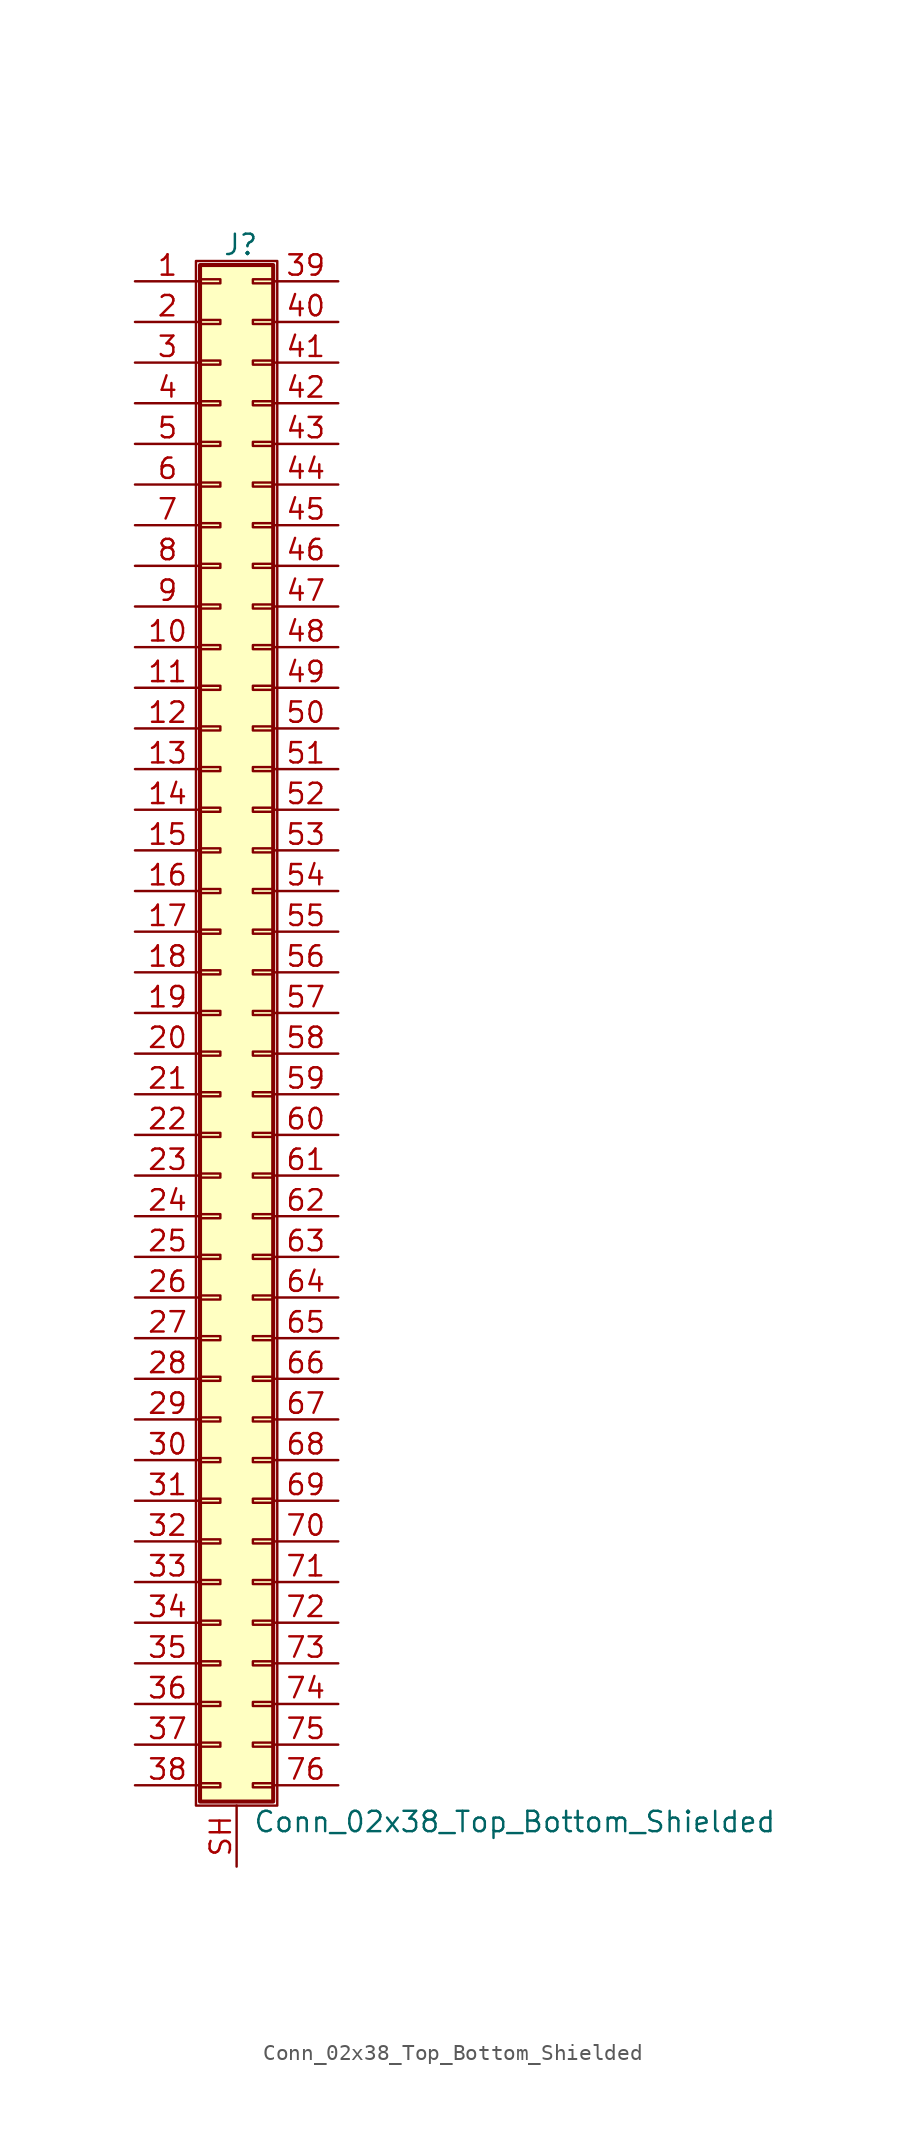
<source format=kicad_sym>
(kicad_symbol_lib
  (version 20201005)
  (generator kicad_symbol_editor)
  (symbol "Conn_02x38_Top_Bottom_Shielded"
    (pin_names
      (offset 1.016) hide)
    (property "Reference" "J"
      (at 1.524 48.006 0)
      (effects (font (size 1.27 1.27))))
    (property "Value" "Conn_02x38_Top_Bottom_Shielded"
      (at 2.286 -50.546 0)
      (effects (font (size 1.27 1.27)) (justify left)))
    (symbol "Conn_02x38_Top_Bottom_Shielded_1_1"
      (rectangle (start -1.27 46.99) (end 3.81 -49.53) (stroke (width 0.152)) (fill (type none)))
      (rectangle (start -1.016 -48.133) (end 0.254 -48.387) (stroke (width 0.152)) (fill (type none)))
      (rectangle (start -1.016 -45.593) (end 0.254 -45.847) (stroke (width 0.152)) (fill (type none)))
      (rectangle (start -1.016 -43.053) (end 0.254 -43.307) (stroke (width 0.152)) (fill (type none)))
      (rectangle (start -1.016 -40.513) (end 0.254 -40.767) (stroke (width 0.152)) (fill (type none)))
      (rectangle (start -1.016 -37.973) (end 0.254 -38.227) (stroke (width 0.152)) (fill (type none)))
      (rectangle (start -1.016 -35.433) (end 0.254 -35.687) (stroke (width 0.152)) (fill (type none)))
      (rectangle (start -1.016 -32.893) (end 0.254 -33.147) (stroke (width 0.152)) (fill (type none)))
      (rectangle (start -1.016 -30.353) (end 0.254 -30.607) (stroke (width 0.152)) (fill (type none)))
      (rectangle (start -1.016 -27.813) (end 0.254 -28.067) (stroke (width 0.152)) (fill (type none)))
      (rectangle (start -1.016 -25.273) (end 0.254 -25.527) (stroke (width 0.152)) (fill (type none)))
      (rectangle (start -1.016 -22.733) (end 0.254 -22.987) (stroke (width 0.152)) (fill (type none)))
      (rectangle (start -1.016 -20.193) (end 0.254 -20.447) (stroke (width 0.152)) (fill (type none)))
      (rectangle (start -1.016 -17.653) (end 0.254 -17.907) (stroke (width 0.152)) (fill (type none)))
      (rectangle (start -1.016 -15.113) (end 0.254 -15.367) (stroke (width 0.152)) (fill (type none)))
      (rectangle (start -1.016 -12.573) (end 0.254 -12.827) (stroke (width 0.152)) (fill (type none)))
      (rectangle (start -1.016 -10.033) (end 0.254 -10.287) (stroke (width 0.152)) (fill (type none)))
      (rectangle (start -1.016 -7.493) (end 0.254 -7.747) (stroke (width 0.152)) (fill (type none)))
      (rectangle (start -1.016 -4.953) (end 0.254 -5.207) (stroke (width 0.152)) (fill (type none)))
      (rectangle (start -1.016 -2.413) (end 0.254 -2.667) (stroke (width 0.152)) (fill (type none)))
      (rectangle (start -1.016 0.127) (end 0.254 -0.127) (stroke (width 0.152)) (fill (type none)))
      (rectangle (start -1.016 2.667) (end 0.254 2.413) (stroke (width 0.152)) (fill (type none)))
      (rectangle (start -1.016 5.207) (end 0.254 4.953) (stroke (width 0.152)) (fill (type none)))
      (rectangle (start -1.016 7.747) (end 0.254 7.493) (stroke (width 0.152)) (fill (type none)))
      (rectangle (start -1.016 10.287) (end 0.254 10.033) (stroke (width 0.152)) (fill (type none)))
      (rectangle (start -1.016 12.827) (end 0.254 12.573) (stroke (width 0.152)) (fill (type none)))
      (rectangle (start -1.016 15.367) (end 0.254 15.113) (stroke (width 0.152)) (fill (type none)))
      (rectangle (start -1.016 17.907) (end 0.254 17.653) (stroke (width 0.152)) (fill (type none)))
      (rectangle (start -1.016 20.447) (end 0.254 20.193) (stroke (width 0.152)) (fill (type none)))
      (rectangle (start -1.016 22.987) (end 0.254 22.733) (stroke (width 0.152)) (fill (type none)))
      (rectangle (start -1.016 25.527) (end 0.254 25.273) (stroke (width 0.152)) (fill (type none)))
      (rectangle (start -1.016 28.067) (end 0.254 27.813) (stroke (width 0.152)) (fill (type none)))
      (rectangle (start -1.016 30.607) (end 0.254 30.353) (stroke (width 0.152)) (fill (type none)))
      (rectangle (start -1.016 33.147) (end 0.254 32.893) (stroke (width 0.152)) (fill (type none)))
      (rectangle (start -1.016 35.687) (end 0.254 35.433) (stroke (width 0.152)) (fill (type none)))
      (rectangle (start -1.016 38.227) (end 0.254 37.973) (stroke (width 0.152)) (fill (type none)))
      (rectangle (start -1.016 40.767) (end 0.254 40.513) (stroke (width 0.152)) (fill (type none)))
      (rectangle (start -1.016 43.307) (end 0.254 43.053) (stroke (width 0.152)) (fill (type none)))
      (rectangle (start -1.016 45.847) (end 0.254 45.593) (stroke (width 0.152)) (fill (type none)))
      (rectangle (start -1.016 46.736) (end 3.556 -49.276) (stroke (width 0.254)) (fill (type background)))
      (rectangle (start 3.556 -48.133) (end 2.286 -48.387) (stroke (width 0.152)) (fill (type none)))
      (rectangle (start 3.556 -45.593) (end 2.286 -45.847) (stroke (width 0.152)) (fill (type none)))
      (rectangle (start 3.556 -43.053) (end 2.286 -43.307) (stroke (width 0.152)) (fill (type none)))
      (rectangle (start 3.556 -40.513) (end 2.286 -40.767) (stroke (width 0.152)) (fill (type none)))
      (rectangle (start 3.556 -37.973) (end 2.286 -38.227) (stroke (width 0.152)) (fill (type none)))
      (rectangle (start 3.556 -35.433) (end 2.286 -35.687) (stroke (width 0.152)) (fill (type none)))
      (rectangle (start 3.556 -32.893) (end 2.286 -33.147) (stroke (width 0.152)) (fill (type none)))
      (rectangle (start 3.556 -30.353) (end 2.286 -30.607) (stroke (width 0.152)) (fill (type none)))
      (rectangle (start 3.556 -27.813) (end 2.286 -28.067) (stroke (width 0.152)) (fill (type none)))
      (rectangle (start 3.556 -25.273) (end 2.286 -25.527) (stroke (width 0.152)) (fill (type none)))
      (rectangle (start 3.556 -22.733) (end 2.286 -22.987) (stroke (width 0.152)) (fill (type none)))
      (rectangle (start 3.556 -20.193) (end 2.286 -20.447) (stroke (width 0.152)) (fill (type none)))
      (rectangle (start 3.556 -17.653) (end 2.286 -17.907) (stroke (width 0.152)) (fill (type none)))
      (rectangle (start 3.556 -15.113) (end 2.286 -15.367) (stroke (width 0.152)) (fill (type none)))
      (rectangle (start 3.556 -12.573) (end 2.286 -12.827) (stroke (width 0.152)) (fill (type none)))
      (rectangle (start 3.556 -10.033) (end 2.286 -10.287) (stroke (width 0.152)) (fill (type none)))
      (rectangle (start 3.556 -7.493) (end 2.286 -7.747) (stroke (width 0.152)) (fill (type none)))
      (rectangle (start 3.556 -4.953) (end 2.286 -5.207) (stroke (width 0.152)) (fill (type none)))
      (rectangle (start 3.556 -2.413) (end 2.286 -2.667) (stroke (width 0.152)) (fill (type none)))
      (rectangle (start 3.556 0.127) (end 2.286 -0.127) (stroke (width 0.152)) (fill (type none)))
      (rectangle (start 3.556 2.667) (end 2.286 2.413) (stroke (width 0.152)) (fill (type none)))
      (rectangle (start 3.556 5.207) (end 2.286 4.953) (stroke (width 0.152)) (fill (type none)))
      (rectangle (start 3.556 7.747) (end 2.286 7.493) (stroke (width 0.152)) (fill (type none)))
      (rectangle (start 3.556 10.287) (end 2.286 10.033) (stroke (width 0.152)) (fill (type none)))
      (rectangle (start 3.556 12.827) (end 2.286 12.573) (stroke (width 0.152)) (fill (type none)))
      (rectangle (start 3.556 15.367) (end 2.286 15.113) (stroke (width 0.152)) (fill (type none)))
      (rectangle (start 3.556 17.907) (end 2.286 17.653) (stroke (width 0.152)) (fill (type none)))
      (rectangle (start 3.556 20.447) (end 2.286 20.193) (stroke (width 0.152)) (fill (type none)))
      (rectangle (start 3.556 22.987) (end 2.286 22.733) (stroke (width 0.152)) (fill (type none)))
      (rectangle (start 3.556 25.527) (end 2.286 25.273) (stroke (width 0.152)) (fill (type none)))
      (rectangle (start 3.556 28.067) (end 2.286 27.813) (stroke (width 0.152)) (fill (type none)))
      (rectangle (start 3.556 30.607) (end 2.286 30.353) (stroke (width 0.152)) (fill (type none)))
      (rectangle (start 3.556 33.147) (end 2.286 32.893) (stroke (width 0.152)) (fill (type none)))
      (rectangle (start 3.556 35.687) (end 2.286 35.433) (stroke (width 0.152)) (fill (type none)))
      (rectangle (start 3.556 38.227) (end 2.286 37.973) (stroke (width 0.152)) (fill (type none)))
      (rectangle (start 3.556 40.767) (end 2.286 40.513) (stroke (width 0.152)) (fill (type none)))
      (rectangle (start 3.556 43.307) (end 2.286 43.053) (stroke (width 0.152)) (fill (type none)))
      (rectangle (start 3.556 45.847) (end 2.286 45.593) (stroke (width 0.152)) (fill (type none)))
      (pin passive line (at -5.08 45.72 0) (length 4.064) (name "Pin_1" (effects (font (size 1.27 1.27)))) (number "1" (effects (font (size 1.27 1.27)))))
      (pin passive line (at -5.08 22.86 0) (length 4.064) (name "Pin_10" (effects (font (size 1.27 1.27)))) (number "10" (effects (font (size 1.27 1.27)))))
      (pin passive line (at -5.08 20.32 0) (length 4.064) (name "Pin_11" (effects (font (size 1.27 1.27)))) (number "11" (effects (font (size 1.27 1.27)))))
      (pin passive line (at -5.08 17.78 0) (length 4.064) (name "Pin_12" (effects (font (size 1.27 1.27)))) (number "12" (effects (font (size 1.27 1.27)))))
      (pin passive line (at -5.08 15.24 0) (length 4.064) (name "Pin_13" (effects (font (size 1.27 1.27)))) (number "13" (effects (font (size 1.27 1.27)))))
      (pin passive line (at -5.08 12.7 0) (length 4.064) (name "Pin_14" (effects (font (size 1.27 1.27)))) (number "14" (effects (font (size 1.27 1.27)))))
      (pin passive line (at -5.08 10.16 0) (length 4.064) (name "Pin_15" (effects (font (size 1.27 1.27)))) (number "15" (effects (font (size 1.27 1.27)))))
      (pin passive line (at -5.08 7.62 0) (length 4.064) (name "Pin_16" (effects (font (size 1.27 1.27)))) (number "16" (effects (font (size 1.27 1.27)))))
      (pin passive line (at -5.08 5.08 0) (length 4.064) (name "Pin_17" (effects (font (size 1.27 1.27)))) (number "17" (effects (font (size 1.27 1.27)))))
      (pin passive line (at -5.08 2.54 0) (length 4.064) (name "Pin_18" (effects (font (size 1.27 1.27)))) (number "18" (effects (font (size 1.27 1.27)))))
      (pin passive line (at -5.08 0 0) (length 4.064) (name "Pin_19" (effects (font (size 1.27 1.27)))) (number "19" (effects (font (size 1.27 1.27)))))
      (pin passive line (at -5.08 43.18 0) (length 4.064) (name "Pin_2" (effects (font (size 1.27 1.27)))) (number "2" (effects (font (size 1.27 1.27)))))
      (pin passive line (at -5.08 -2.54 0) (length 4.064) (name "Pin_20" (effects (font (size 1.27 1.27)))) (number "20" (effects (font (size 1.27 1.27)))))
      (pin passive line (at -5.08 -5.08 0) (length 4.064) (name "Pin_21" (effects (font (size 1.27 1.27)))) (number "21" (effects (font (size 1.27 1.27)))))
      (pin passive line (at -5.08 -7.62 0) (length 4.064) (name "Pin_22" (effects (font (size 1.27 1.27)))) (number "22" (effects (font (size 1.27 1.27)))))
      (pin passive line (at -5.08 -10.16 0) (length 4.064) (name "Pin_23" (effects (font (size 1.27 1.27)))) (number "23" (effects (font (size 1.27 1.27)))))
      (pin passive line (at -5.08 -12.7 0) (length 4.064) (name "Pin_24" (effects (font (size 1.27 1.27)))) (number "24" (effects (font (size 1.27 1.27)))))
      (pin passive line (at -5.08 -15.24 0) (length 4.064) (name "Pin_25" (effects (font (size 1.27 1.27)))) (number "25" (effects (font (size 1.27 1.27)))))
      (pin passive line (at -5.08 -17.78 0) (length 4.064) (name "Pin_26" (effects (font (size 1.27 1.27)))) (number "26" (effects (font (size 1.27 1.27)))))
      (pin passive line (at -5.08 -20.32 0) (length 4.064) (name "Pin_27" (effects (font (size 1.27 1.27)))) (number "27" (effects (font (size 1.27 1.27)))))
      (pin passive line (at -5.08 -22.86 0) (length 4.064) (name "Pin_28" (effects (font (size 1.27 1.27)))) (number "28" (effects (font (size 1.27 1.27)))))
      (pin passive line (at -5.08 -25.4 0) (length 4.064) (name "Pin_29" (effects (font (size 1.27 1.27)))) (number "29" (effects (font (size 1.27 1.27)))))
      (pin passive line (at -5.08 40.64 0) (length 4.064) (name "Pin_3" (effects (font (size 1.27 1.27)))) (number "3" (effects (font (size 1.27 1.27)))))
      (pin passive line (at -5.08 -27.94 0) (length 4.064) (name "Pin_30" (effects (font (size 1.27 1.27)))) (number "30" (effects (font (size 1.27 1.27)))))
      (pin passive line (at -5.08 -30.48 0) (length 4.064) (name "Pin_31" (effects (font (size 1.27 1.27)))) (number "31" (effects (font (size 1.27 1.27)))))
      (pin passive line (at -5.08 -33.02 0) (length 4.064) (name "Pin_32" (effects (font (size 1.27 1.27)))) (number "32" (effects (font (size 1.27 1.27)))))
      (pin passive line (at -5.08 -35.56 0) (length 4.064) (name "Pin_33" (effects (font (size 1.27 1.27)))) (number "33" (effects (font (size 1.27 1.27)))))
      (pin passive line (at -5.08 -38.1 0) (length 4.064) (name "Pin_34" (effects (font (size 1.27 1.27)))) (number "34" (effects (font (size 1.27 1.27)))))
      (pin passive line (at -5.08 -40.64 0) (length 4.064) (name "Pin_35" (effects (font (size 1.27 1.27)))) (number "35" (effects (font (size 1.27 1.27)))))
      (pin passive line (at -5.08 -43.18 0) (length 4.064) (name "Pin_36" (effects (font (size 1.27 1.27)))) (number "36" (effects (font (size 1.27 1.27)))))
      (pin passive line (at -5.08 -45.72 0) (length 4.064) (name "Pin_37" (effects (font (size 1.27 1.27)))) (number "37" (effects (font (size 1.27 1.27)))))
      (pin passive line (at -5.08 -48.26 0) (length 4.064) (name "Pin_38" (effects (font (size 1.27 1.27)))) (number "38" (effects (font (size 1.27 1.27)))))
      (pin passive line (at 7.62 45.72 180) (length 4.064) (name "Pin_39" (effects (font (size 1.27 1.27)))) (number "39" (effects (font (size 1.27 1.27)))))
      (pin passive line (at -5.08 38.1 0) (length 4.064) (name "Pin_4" (effects (font (size 1.27 1.27)))) (number "4" (effects (font (size 1.27 1.27)))))
      (pin passive line (at 7.62 43.18 180) (length 4.064) (name "Pin_40" (effects (font (size 1.27 1.27)))) (number "40" (effects (font (size 1.27 1.27)))))
      (pin passive line (at 7.62 40.64 180) (length 4.064) (name "Pin_41" (effects (font (size 1.27 1.27)))) (number "41" (effects (font (size 1.27 1.27)))))
      (pin passive line (at 7.62 38.1 180) (length 4.064) (name "Pin_42" (effects (font (size 1.27 1.27)))) (number "42" (effects (font (size 1.27 1.27)))))
      (pin passive line (at 7.62 35.56 180) (length 4.064) (name "Pin_43" (effects (font (size 1.27 1.27)))) (number "43" (effects (font (size 1.27 1.27)))))
      (pin passive line (at 7.62 33.02 180) (length 4.064) (name "Pin_44" (effects (font (size 1.27 1.27)))) (number "44" (effects (font (size 1.27 1.27)))))
      (pin passive line (at 7.62 30.48 180) (length 4.064) (name "Pin_45" (effects (font (size 1.27 1.27)))) (number "45" (effects (font (size 1.27 1.27)))))
      (pin passive line (at 7.62 27.94 180) (length 4.064) (name "Pin_46" (effects (font (size 1.27 1.27)))) (number "46" (effects (font (size 1.27 1.27)))))
      (pin passive line (at 7.62 25.4 180) (length 4.064) (name "Pin_47" (effects (font (size 1.27 1.27)))) (number "47" (effects (font (size 1.27 1.27)))))
      (pin passive line (at 7.62 22.86 180) (length 4.064) (name "Pin_48" (effects (font (size 1.27 1.27)))) (number "48" (effects (font (size 1.27 1.27)))))
      (pin passive line (at 7.62 20.32 180) (length 4.064) (name "Pin_49" (effects (font (size 1.27 1.27)))) (number "49" (effects (font (size 1.27 1.27)))))
      (pin passive line (at -5.08 35.56 0) (length 4.064) (name "Pin_5" (effects (font (size 1.27 1.27)))) (number "5" (effects (font (size 1.27 1.27)))))
      (pin passive line (at 7.62 17.78 180) (length 4.064) (name "Pin_50" (effects (font (size 1.27 1.27)))) (number "50" (effects (font (size 1.27 1.27)))))
      (pin passive line (at 7.62 15.24 180) (length 4.064) (name "Pin_51" (effects (font (size 1.27 1.27)))) (number "51" (effects (font (size 1.27 1.27)))))
      (pin passive line (at 7.62 12.7 180) (length 4.064) (name "Pin_52" (effects (font (size 1.27 1.27)))) (number "52" (effects (font (size 1.27 1.27)))))
      (pin passive line (at 7.62 10.16 180) (length 4.064) (name "Pin_53" (effects (font (size 1.27 1.27)))) (number "53" (effects (font (size 1.27 1.27)))))
      (pin passive line (at 7.62 7.62 180) (length 4.064) (name "Pin_54" (effects (font (size 1.27 1.27)))) (number "54" (effects (font (size 1.27 1.27)))))
      (pin passive line (at 7.62 5.08 180) (length 4.064) (name "Pin_55" (effects (font (size 1.27 1.27)))) (number "55" (effects (font (size 1.27 1.27)))))
      (pin passive line (at 7.62 2.54 180) (length 4.064) (name "Pin_56" (effects (font (size 1.27 1.27)))) (number "56" (effects (font (size 1.27 1.27)))))
      (pin passive line (at 7.62 0 180) (length 4.064) (name "Pin_57" (effects (font (size 1.27 1.27)))) (number "57" (effects (font (size 1.27 1.27)))))
      (pin passive line (at 7.62 -2.54 180) (length 4.064) (name "Pin_58" (effects (font (size 1.27 1.27)))) (number "58" (effects (font (size 1.27 1.27)))))
      (pin passive line (at 7.62 -5.08 180) (length 4.064) (name "Pin_59" (effects (font (size 1.27 1.27)))) (number "59" (effects (font (size 1.27 1.27)))))
      (pin passive line (at -5.08 33.02 0) (length 4.064) (name "Pin_6" (effects (font (size 1.27 1.27)))) (number "6" (effects (font (size 1.27 1.27)))))
      (pin passive line (at 7.62 -7.62 180) (length 4.064) (name "Pin_60" (effects (font (size 1.27 1.27)))) (number "60" (effects (font (size 1.27 1.27)))))
      (pin passive line (at 7.62 -10.16 180) (length 4.064) (name "Pin_61" (effects (font (size 1.27 1.27)))) (number "61" (effects (font (size 1.27 1.27)))))
      (pin passive line (at 7.62 -12.7 180) (length 4.064) (name "Pin_62" (effects (font (size 1.27 1.27)))) (number "62" (effects (font (size 1.27 1.27)))))
      (pin passive line (at 7.62 -15.24 180) (length 4.064) (name "Pin_63" (effects (font (size 1.27 1.27)))) (number "63" (effects (font (size 1.27 1.27)))))
      (pin passive line (at 7.62 -17.78 180) (length 4.064) (name "Pin_64" (effects (font (size 1.27 1.27)))) (number "64" (effects (font (size 1.27 1.27)))))
      (pin passive line (at 7.62 -20.32 180) (length 4.064) (name "Pin_65" (effects (font (size 1.27 1.27)))) (number "65" (effects (font (size 1.27 1.27)))))
      (pin passive line (at 7.62 -22.86 180) (length 4.064) (name "Pin_66" (effects (font (size 1.27 1.27)))) (number "66" (effects (font (size 1.27 1.27)))))
      (pin passive line (at 7.62 -25.4 180) (length 4.064) (name "Pin_67" (effects (font (size 1.27 1.27)))) (number "67" (effects (font (size 1.27 1.27)))))
      (pin passive line (at 7.62 -27.94 180) (length 4.064) (name "Pin_68" (effects (font (size 1.27 1.27)))) (number "68" (effects (font (size 1.27 1.27)))))
      (pin passive line (at 7.62 -30.48 180) (length 4.064) (name "Pin_69" (effects (font (size 1.27 1.27)))) (number "69" (effects (font (size 1.27 1.27)))))
      (pin passive line (at -5.08 30.48 0) (length 4.064) (name "Pin_7" (effects (font (size 1.27 1.27)))) (number "7" (effects (font (size 1.27 1.27)))))
      (pin passive line (at 7.62 -33.02 180) (length 4.064) (name "Pin_70" (effects (font (size 1.27 1.27)))) (number "70" (effects (font (size 1.27 1.27)))))
      (pin passive line (at 7.62 -35.56 180) (length 4.064) (name "Pin_71" (effects (font (size 1.27 1.27)))) (number "71" (effects (font (size 1.27 1.27)))))
      (pin passive line (at 7.62 -38.1 180) (length 4.064) (name "Pin_72" (effects (font (size 1.27 1.27)))) (number "72" (effects (font (size 1.27 1.27)))))
      (pin passive line (at 7.62 -40.64 180) (length 4.064) (name "Pin_73" (effects (font (size 1.27 1.27)))) (number "73" (effects (font (size 1.27 1.27)))))
      (pin passive line (at 7.62 -43.18 180) (length 4.064) (name "Pin_74" (effects (font (size 1.27 1.27)))) (number "74" (effects (font (size 1.27 1.27)))))
      (pin passive line (at 7.62 -45.72 180) (length 4.064) (name "Pin_75" (effects (font (size 1.27 1.27)))) (number "75" (effects (font (size 1.27 1.27)))))
      (pin passive line (at 7.62 -48.26 180) (length 4.064) (name "Pin_76" (effects (font (size 1.27 1.27)))) (number "76" (effects (font (size 1.27 1.27)))))
      (pin passive line (at -5.08 27.94 0) (length 4.064) (name "Pin_8" (effects (font (size 1.27 1.27)))) (number "8" (effects (font (size 1.27 1.27)))))
      (pin passive line (at -5.08 25.4 0) (length 4.064) (name "Pin_9" (effects (font (size 1.27 1.27)))) (number "9" (effects (font (size 1.27 1.27)))))
      (pin passive line (at 1.27 -53.34 90) (length 3.81) (name "Shield" (effects (font (size 1.27 1.27)))) (number "SH" (effects (font (size 1.27 1.27))))))))
</source>
